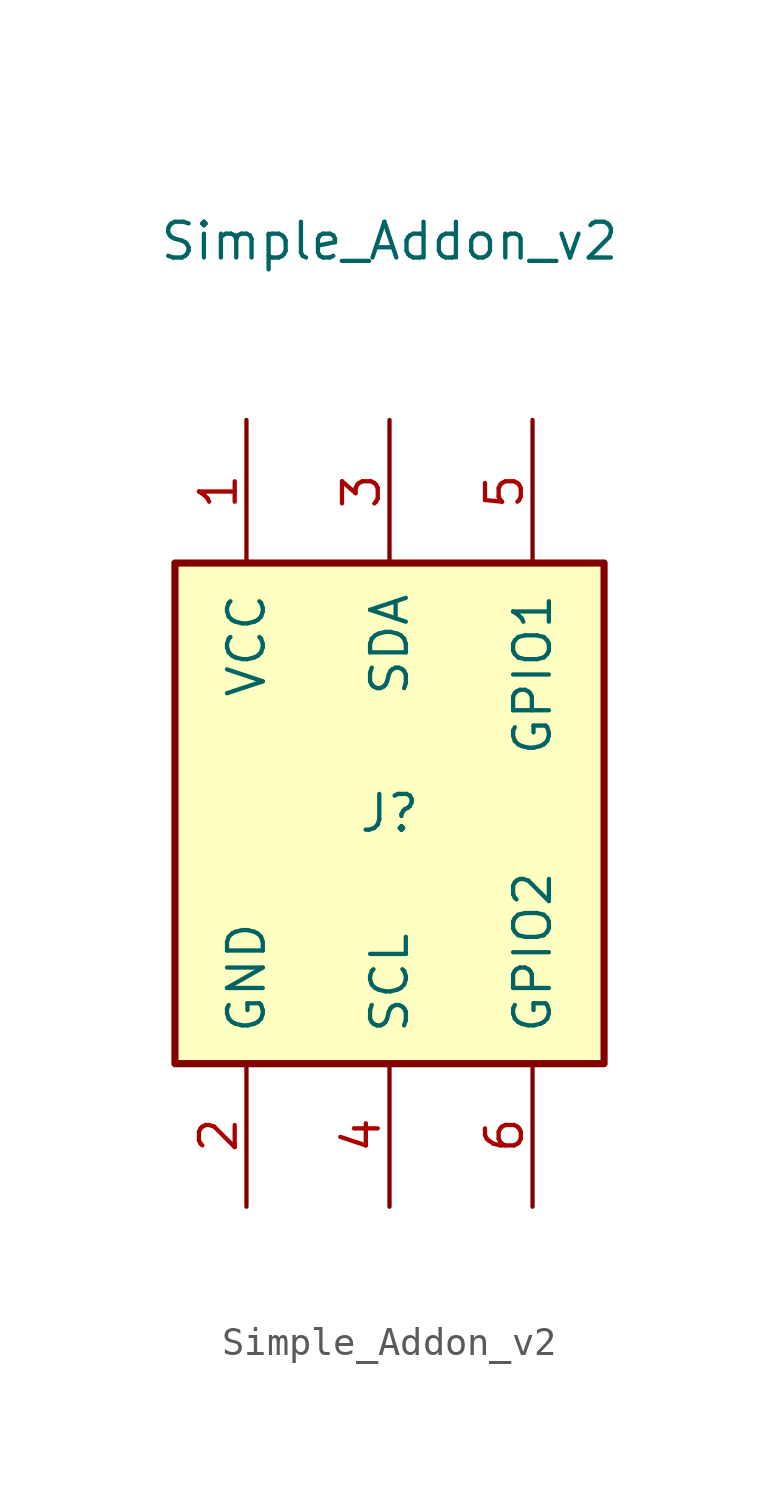
<source format=kicad_sym>
(kicad_symbol_lib
  (version 20241209)
  (generator "kicad_symbol_editor")
  (generator_version "9.0")
  (symbol "Simple_Addon_v2"
    (pin_names
      (offset 1.016))
    (property "Reference" "J"
      (at 0 0 0)
      (effects (font (size 1.27 1.27))))
    (property "Value" "Simple_Addon_v2"
      (at 0 20.32 0)
      (effects (font (size 1.27 1.27))))
    (symbol "Simple_Addon_v2_1_1"
      (rectangle (start -7.62 8.89) (end 7.62 -8.89) (stroke (width 0.254) (type solid)) (fill (type background)))
      (pin input line (at -5.08 13.97 270) (length 5.08) (name "VCC" (effects (font (size 1.27 1.27)))) (number "1" (effects (font (size 1.27 1.27)))))
      (pin input line (at -5.08 -13.97 90) (length 5.08) (name "GND" (effects (font (size 1.27 1.27)))) (number "2" (effects (font (size 1.27 1.27)))))
      (pin input line (at 0 13.97 270) (length 5.08) (name "SDA" (effects (font (size 1.27 1.27)))) (number "3" (effects (font (size 1.27 1.27)))))
      (pin input line (at 0 -13.97 90) (length 5.08) (name "SCL" (effects (font (size 1.27 1.27)))) (number "4" (effects (font (size 1.27 1.27)))))
      (pin input line (at 5.08 13.97 270) (length 5.08) (name "GPIO1" (effects (font (size 1.27 1.27)))) (number "5" (effects (font (size 1.27 1.27)))))
      (pin input line (at 5.08 -13.97 90) (length 5.08) (name "GPIO2" (effects (font (size 1.27 1.27)))) (number "6" (effects (font (size 1.27 1.27))))))))
</source>
